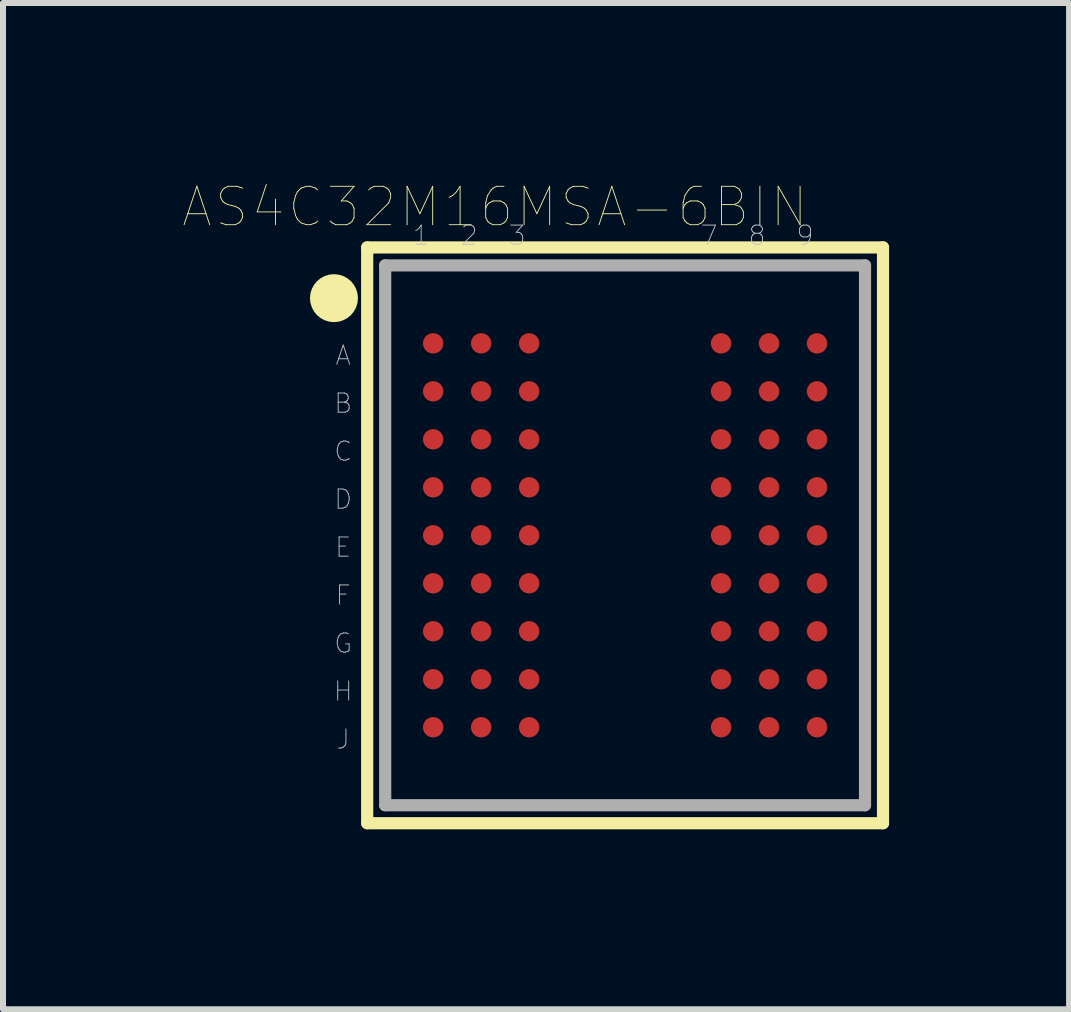
<source format=kicad_pcb>
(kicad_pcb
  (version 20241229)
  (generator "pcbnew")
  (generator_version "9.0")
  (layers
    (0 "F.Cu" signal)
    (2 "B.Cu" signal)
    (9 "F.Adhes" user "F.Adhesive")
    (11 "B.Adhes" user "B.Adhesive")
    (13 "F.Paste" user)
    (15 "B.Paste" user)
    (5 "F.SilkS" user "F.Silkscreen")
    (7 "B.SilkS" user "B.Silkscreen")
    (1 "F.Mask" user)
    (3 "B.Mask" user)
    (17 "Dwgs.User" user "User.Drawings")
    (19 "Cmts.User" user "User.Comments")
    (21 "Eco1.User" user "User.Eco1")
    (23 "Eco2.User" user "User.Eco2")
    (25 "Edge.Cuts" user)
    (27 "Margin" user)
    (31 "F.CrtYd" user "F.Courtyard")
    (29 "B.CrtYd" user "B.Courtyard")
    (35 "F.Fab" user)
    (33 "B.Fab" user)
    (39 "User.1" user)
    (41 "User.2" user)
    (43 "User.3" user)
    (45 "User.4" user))
  (footprint "AS4C32M16MSA-6BIN"
    (layer "F.Cu")
    (at 7.372 5.875)
    (property "Reference" "AS4C32M16MSA-6BIN" (at -2.172 -5.474 0) (layer "F.SilkS") (effects (font (size 0.64 0.64) (thickness 0.015))))
    (attr through_hole)
    (fp_line (start -4.3 -4.8) (end 4.3 -4.8) (stroke (width 0.203) (type solid)) (layer "F.SilkS"))
    (fp_line (start -4.3 4.8) (end -4.3 -4.8) (stroke (width 0.203) (type solid)) (layer "F.SilkS"))
    (fp_line (start 4.3 -4.8) (end 4.3 4.8) (stroke (width 0.203) (type solid)) (layer "F.SilkS"))
    (fp_line (start 4.3 4.8) (end -4.3 4.8) (stroke (width 0.203) (type solid)) (layer "F.SilkS"))
    (fp_circle (center -4.854 -3.954) (end -4.654 -3.954) (stroke (width 0.4) (type solid)) (fill no) (layer "F.SilkS"))
    (fp_line (start -4 -4.5) (end 4 -4.5) (stroke (width 0.203) (type solid)) (layer "F.Fab"))
    (fp_line (start -4 4.5) (end -4 -4.5) (stroke (width 0.203) (type solid)) (layer "F.Fab"))
    (fp_line (start 4 -4.5) (end 4 4.5) (stroke (width 0.203) (type solid)) (layer "F.Fab"))
    (fp_line (start 4 4.5) (end -4 4.5) (stroke (width 0.203) (type solid)) (layer "F.Fab"))
    (fp_text user "8" (at 2.2 -5 0) (layer "Dwgs.User") (effects (font (size 0.32 0.32) (thickness 0.015))))
    (fp_text user "H" (at -4.7 2.6 0) (layer "Dwgs.User") (effects (font (size 0.32 0.32) (thickness 0.015))))
    (fp_text user "9" (at 3 -5 0) (layer "Dwgs.User") (effects (font (size 0.32 0.32) (thickness 0.015))))
    (fp_text user "7" (at 1.4 -5 0) (layer "Dwgs.User") (effects (font (size 0.32 0.32) (thickness 0.015))))
    (fp_text user "3" (at -1.8 -5 0) (layer "Dwgs.User") (effects (font (size 0.32 0.32) (thickness 0.015))))
    (fp_text user "B" (at -4.7 -2.2 0) (layer "Dwgs.User") (effects (font (size 0.32 0.32) (thickness 0.015))))
    (fp_text user "1" (at -3.4 -5 0) (layer "Dwgs.User") (effects (font (size 0.32 0.32) (thickness 0.015))))
    (fp_text user "J" (at -4.7 3.4 0) (layer "Dwgs.User") (effects (font (size 0.32 0.32) (thickness 0.015))))
    (fp_text user "A" (at -4.7 -3 0) (layer "Dwgs.User") (effects (font (size 0.32 0.32) (thickness 0.015))))
    (fp_text user "C" (at -4.7 -1.4 0) (layer "Dwgs.User") (effects (font (size 0.32 0.32) (thickness 0.015))))
    (fp_text user "F" (at -4.7 1 0) (layer "Dwgs.User") (effects (font (size 0.32 0.32) (thickness 0.015))))
    (fp_text user "E" (at -4.7 0.2 0) (layer "Dwgs.User") (effects (font (size 0.32 0.32) (thickness 0.015))))
    (fp_text user "G" (at -4.7 1.8 0) (layer "Dwgs.User") (effects (font (size 0.32 0.32) (thickness 0.015))))
    (fp_text user "2" (at -2.6 -5 0) (layer "Dwgs.User") (effects (font (size 0.32 0.32) (thickness 0.015))))
    (fp_text user "D" (at -4.7 -0.6 0) (layer "Dwgs.User") (effects (font (size 0.32 0.32) (thickness 0.015))))
    (pad "A1" smd circle (at -3.2 -3.2) (size 0.34 0.34) (layers "F.Cu" "F.Mask" "F.Paste"))
    (pad "A2" smd circle (at -2.4 -3.2) (size 0.34 0.34) (layers "F.Cu" "F.Mask" "F.Paste"))
    (pad "A3" smd circle (at -1.6 -3.2) (size 0.34 0.34) (layers "F.Cu" "F.Mask" "F.Paste"))
    (pad "A7" smd circle (at 1.6 -3.2) (size 0.34 0.34) (layers "F.Cu" "F.Mask" "F.Paste"))
    (pad "A8" smd circle (at 2.4 -3.2) (size 0.34 0.34) (layers "F.Cu" "F.Mask" "F.Paste"))
    (pad "A9" smd circle (at 3.2 -3.2) (size 0.34 0.34) (layers "F.Cu" "F.Mask" "F.Paste"))
    (pad "B1" smd circle (at -3.2 -2.4) (size 0.34 0.34) (layers "F.Cu" "F.Mask" "F.Paste"))
    (pad "B2" smd circle (at -2.4 -2.4) (size 0.34 0.34) (layers "F.Cu" "F.Mask" "F.Paste"))
    (pad "B3" smd circle (at -1.6 -2.4) (size 0.34 0.34) (layers "F.Cu" "F.Mask" "F.Paste"))
    (pad "B7" smd circle (at 1.6 -2.4) (size 0.34 0.34) (layers "F.Cu" "F.Mask" "F.Paste"))
    (pad "B8" smd circle (at 2.4 -2.4) (size 0.34 0.34) (layers "F.Cu" "F.Mask" "F.Paste"))
    (pad "B9" smd circle (at 3.2 -2.4) (size 0.34 0.34) (layers "F.Cu" "F.Mask" "F.Paste"))
    (pad "C1" smd circle (at -3.2 -1.6) (size 0.34 0.34) (layers "F.Cu" "F.Mask" "F.Paste"))
    (pad "C2" smd circle (at -2.4 -1.6) (size 0.34 0.34) (layers "F.Cu" "F.Mask" "F.Paste"))
    (pad "C3" smd circle (at -1.6 -1.6) (size 0.34 0.34) (layers "F.Cu" "F.Mask" "F.Paste"))
    (pad "C7" smd circle (at 1.6 -1.6) (size 0.34 0.34) (layers "F.Cu" "F.Mask" "F.Paste"))
    (pad "C8" smd circle (at 2.4 -1.6) (size 0.34 0.34) (layers "F.Cu" "F.Mask" "F.Paste"))
    (pad "C9" smd circle (at 3.2 -1.6) (size 0.34 0.34) (layers "F.Cu" "F.Mask" "F.Paste"))
    (pad "D1" smd circle (at -3.2 -0.8) (size 0.34 0.34) (layers "F.Cu" "F.Mask" "F.Paste"))
    (pad "D2" smd circle (at -2.4 -0.8) (size 0.34 0.34) (layers "F.Cu" "F.Mask" "F.Paste"))
    (pad "D3" smd circle (at -1.6 -0.8) (size 0.34 0.34) (layers "F.Cu" "F.Mask" "F.Paste"))
    (pad "D7" smd circle (at 1.6 -0.8) (size 0.34 0.34) (layers "F.Cu" "F.Mask" "F.Paste"))
    (pad "D8" smd circle (at 2.4 -0.8) (size 0.34 0.34) (layers "F.Cu" "F.Mask" "F.Paste"))
    (pad "D9" smd circle (at 3.2 -0.8) (size 0.34 0.34) (layers "F.Cu" "F.Mask" "F.Paste"))
    (pad "E1" smd circle (at -3.2 0) (size 0.34 0.34) (layers "F.Cu" "F.Mask" "F.Paste"))
    (pad "E2" smd circle (at -2.4 0) (size 0.34 0.34) (layers "F.Cu" "F.Mask" "F.Paste"))
    (pad "E3" smd circle (at -1.6 0) (size 0.34 0.34) (layers "F.Cu" "F.Mask" "F.Paste"))
    (pad "E7" smd circle (at 1.6 0) (size 0.34 0.34) (layers "F.Cu" "F.Mask" "F.Paste"))
    (pad "E8" smd circle (at 2.4 0) (size 0.34 0.34) (layers "F.Cu" "F.Mask" "F.Paste"))
    (pad "E9" smd circle (at 3.2 0) (size 0.34 0.34) (layers "F.Cu" "F.Mask" "F.Paste"))
    (pad "F1" smd circle (at -3.2 0.8) (size 0.34 0.34) (layers "F.Cu" "F.Mask" "F.Paste"))
    (pad "F2" smd circle (at -2.4 0.8) (size 0.34 0.34) (layers "F.Cu" "F.Mask" "F.Paste"))
    (pad "F3" smd circle (at -1.6 0.8) (size 0.34 0.34) (layers "F.Cu" "F.Mask" "F.Paste"))
    (pad "F7" smd circle (at 1.6 0.8) (size 0.34 0.34) (layers "F.Cu" "F.Mask" "F.Paste"))
    (pad "F8" smd circle (at 2.4 0.8) (size 0.34 0.34) (layers "F.Cu" "F.Mask" "F.Paste"))
    (pad "F9" smd circle (at 3.2 0.8) (size 0.34 0.34) (layers "F.Cu" "F.Mask" "F.Paste"))
    (pad "G1" smd circle (at -3.2 1.6) (size 0.34 0.34) (layers "F.Cu" "F.Mask" "F.Paste"))
    (pad "G2" smd circle (at -2.4 1.6) (size 0.34 0.34) (layers "F.Cu" "F.Mask" "F.Paste"))
    (pad "G3" smd circle (at -1.6 1.6) (size 0.34 0.34) (layers "F.Cu" "F.Mask" "F.Paste"))
    (pad "G7" smd circle (at 1.6 1.6) (size 0.34 0.34) (layers "F.Cu" "F.Mask" "F.Paste"))
    (pad "G8" smd circle (at 2.4 1.6) (size 0.34 0.34) (layers "F.Cu" "F.Mask" "F.Paste"))
    (pad "G9" smd circle (at 3.2 1.6) (size 0.34 0.34) (layers "F.Cu" "F.Mask" "F.Paste"))
    (pad "H1" smd circle (at -3.2 2.4) (size 0.34 0.34) (layers "F.Cu" "F.Mask" "F.Paste"))
    (pad "H2" smd circle (at -2.4 2.4) (size 0.34 0.34) (layers "F.Cu" "F.Mask" "F.Paste"))
    (pad "H3" smd circle (at -1.6 2.4) (size 0.34 0.34) (layers "F.Cu" "F.Mask" "F.Paste"))
    (pad "H7" smd circle (at 1.6 2.4) (size 0.34 0.34) (layers "F.Cu" "F.Mask" "F.Paste"))
    (pad "H8" smd circle (at 2.4 2.4) (size 0.34 0.34) (layers "F.Cu" "F.Mask" "F.Paste"))
    (pad "H9" smd circle (at 3.2 2.4) (size 0.34 0.34) (layers "F.Cu" "F.Mask" "F.Paste"))
    (pad "J1" smd circle (at -3.2 3.2) (size 0.34 0.34) (layers "F.Cu" "F.Mask" "F.Paste"))
    (pad "J2" smd circle (at -2.4 3.2) (size 0.34 0.34) (layers "F.Cu" "F.Mask" "F.Paste"))
    (pad "J3" smd circle (at -1.6 3.2) (size 0.34 0.34) (layers "F.Cu" "F.Mask" "F.Paste"))
    (pad "J7" smd circle (at 1.6 3.2) (size 0.34 0.34) (layers "F.Cu" "F.Mask" "F.Paste"))
    (pad "J8" smd circle (at 2.4 3.2) (size 0.34 0.34) (layers "F.Cu" "F.Mask" "F.Paste"))
    (pad "J9" smd circle (at 3.2 3.2) (size 0.34 0.34) (layers "F.Cu" "F.Mask" "F.Paste")))
  (gr_rect
    (start -3 -3)
    (end 14.774 13.777)
    (stroke (width 0.1) (type default))
    (fill no)
    (layer "Edge.Cuts")))
</source>
